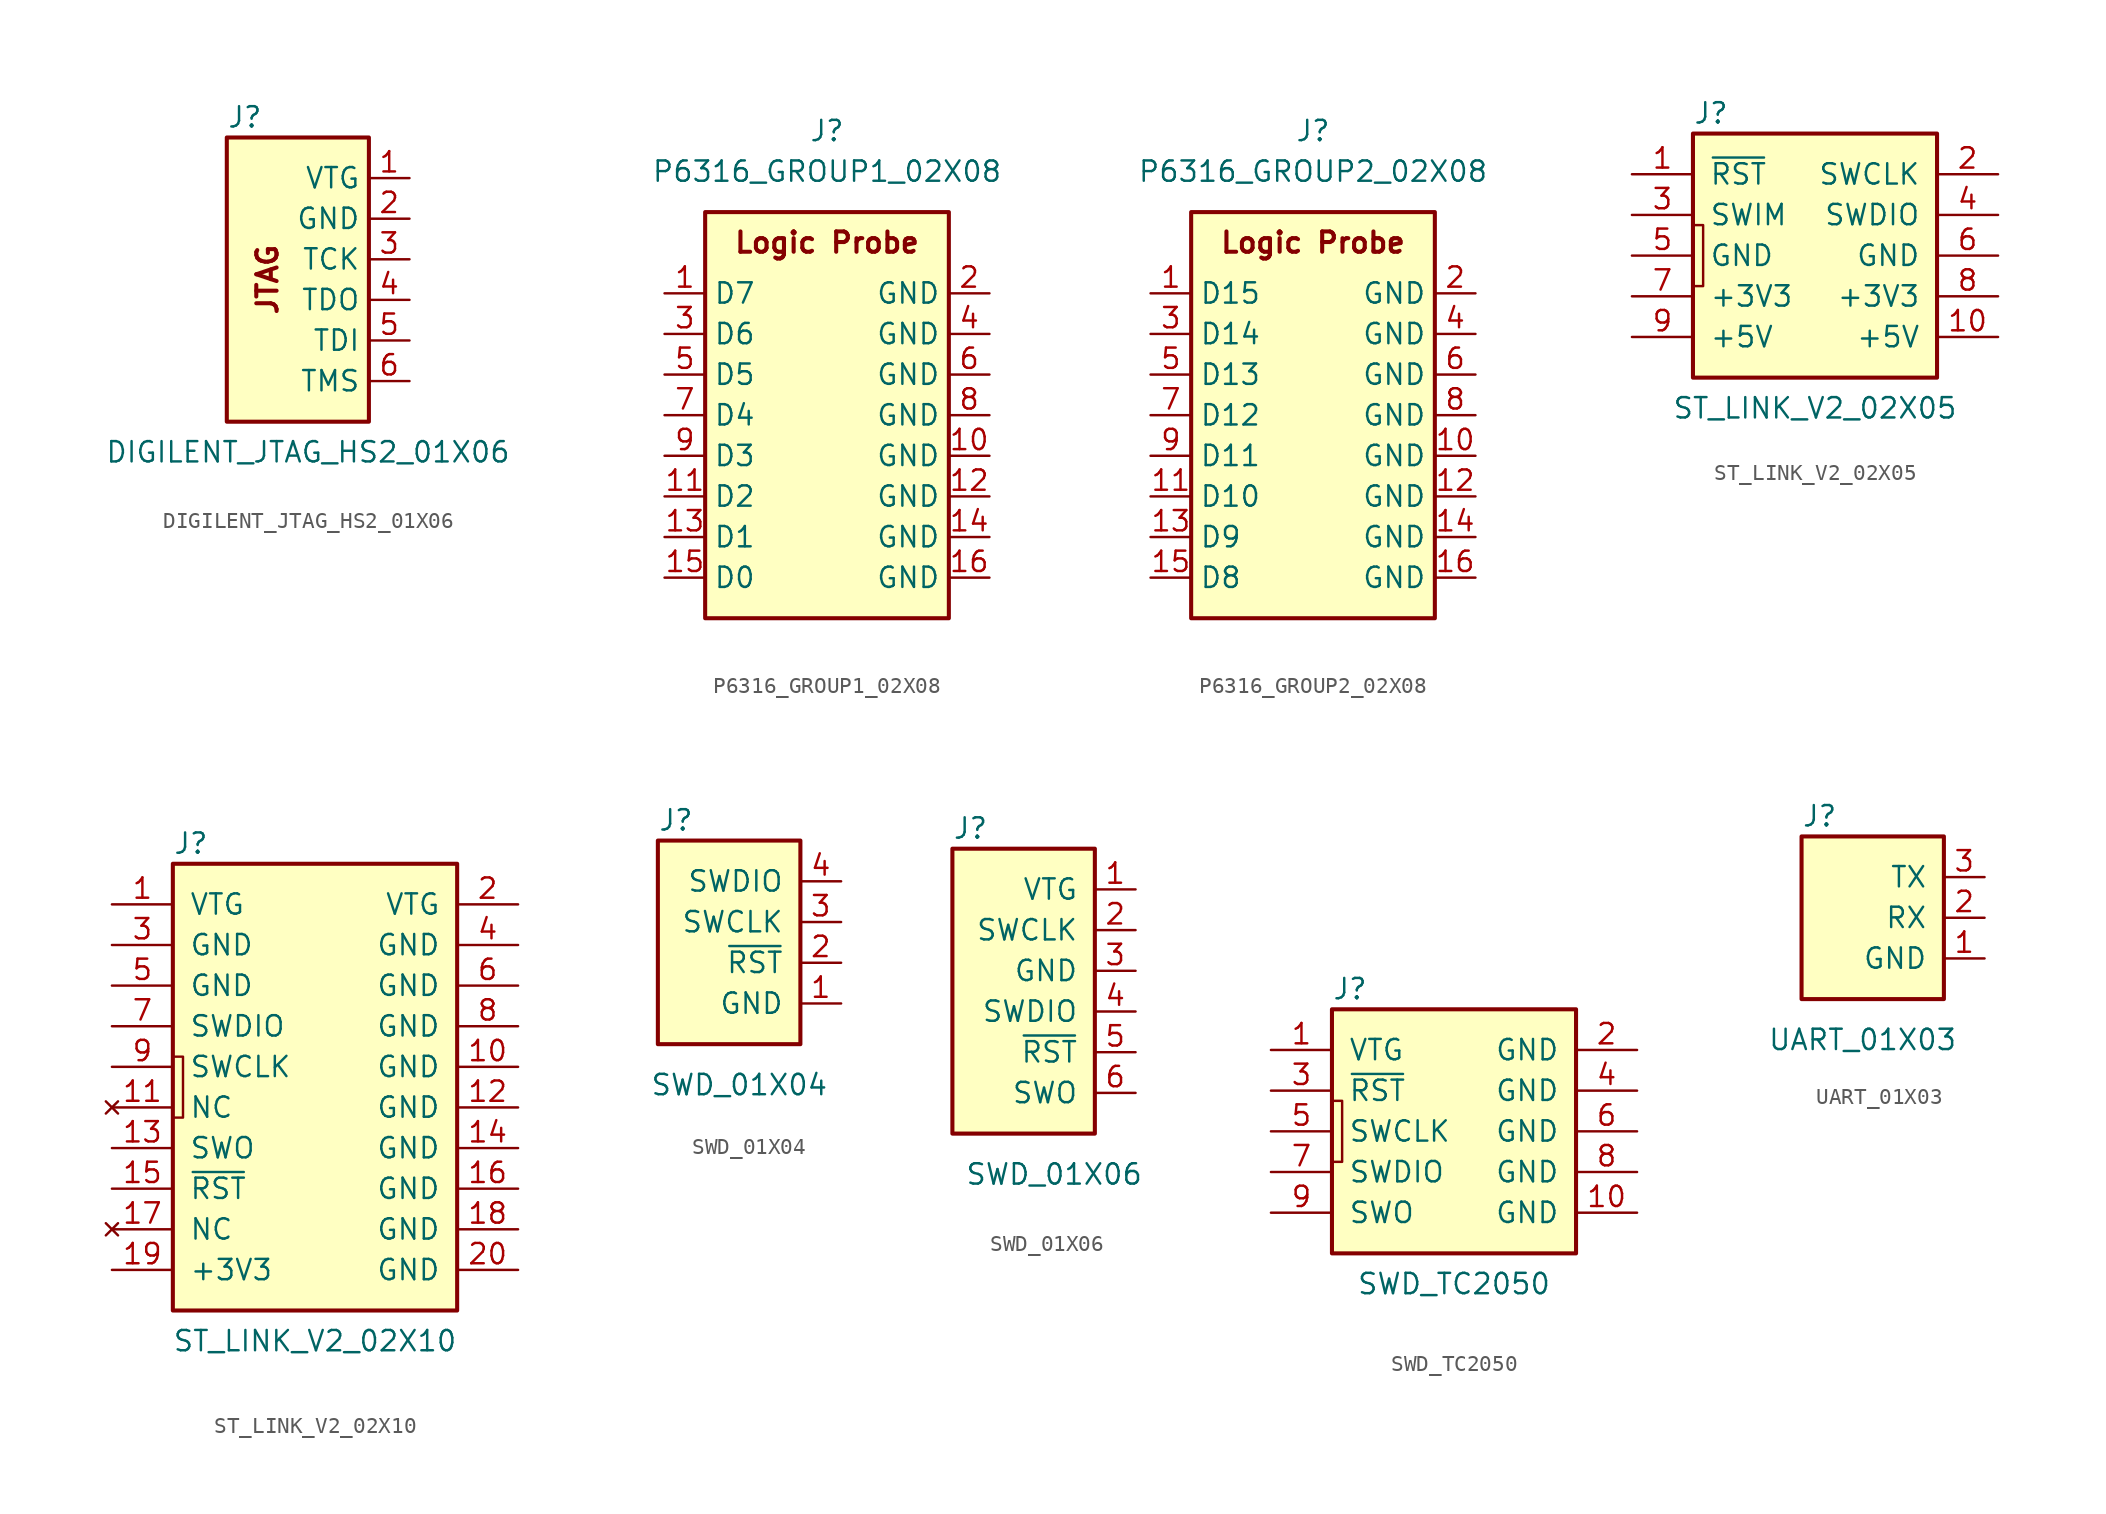
<source format=kicad_sym>
(kicad_symbol_lib
  (version 20201005)
  (generator kicad_symbol_editor)
  (symbol "KLIB_Connector_Prog:DIGILENT_JTAG_HS2_01X06"
    (property "Reference" "J"
      (at -6.35 8.89 0)
      (effects (font (size 1.27 1.27)) (justify left)))
    (property "Value" "DIGILENT_JTAG_HS2_01X06"
      (at -1.27 -12.065 0)
      (effects (font (size 1.27 1.27))))
    (symbol "DIGILENT_JTAG_HS2_01X06_0_0"
      (text "JTAG" (at -3.81 -1.27 900) (effects (font (size 1.27 1.27) bold))))
    (symbol "DIGILENT_JTAG_HS2_01X06_0_1"
      (rectangle (start 2.54 -10.16) (end -6.35 7.62) (stroke (width 0.254)) (fill (type background))))
    (symbol "DIGILENT_JTAG_HS2_01X06_1_1"
      (pin power_in line (at 5.08 5.08 180) (length 2.54) (name "VTG" (effects (font (size 1.27 1.27)))) (number "1" (effects (font (size 1.27 1.27)))))
      (pin power_in line (at 5.08 2.54 180) (length 2.54) (name "GND" (effects (font (size 1.27 1.27)))) (number "2" (effects (font (size 1.27 1.27)))))
      (pin output line (at 5.08 0 180) (length 2.54) (name "TCK" (effects (font (size 1.27 1.27)))) (number "3" (effects (font (size 1.27 1.27)))))
      (pin input line (at 5.08 -2.54 180) (length 2.54) (name "TDO" (effects (font (size 1.27 1.27)))) (number "4" (effects (font (size 1.27 1.27)))))
      (pin output line (at 5.08 -5.08 180) (length 2.54) (name "TDI" (effects (font (size 1.27 1.27)))) (number "5" (effects (font (size 1.27 1.27)))))
      (pin output line (at 5.08 -7.62 180) (length 2.54) (name "TMS" (effects (font (size 1.27 1.27)))) (number "6" (effects (font (size 1.27 1.27)))))))
  (symbol "KLIB_Connector_Prog:P6316_GROUP1_02X08"
    (property "Reference" "J"
      (at 0 17.78 0)
      (effects (font (size 1.27 1.27))))
    (property "Value" "P6316_GROUP1_02X08"
      (at 0 15.24 0)
      (effects (font (size 1.27 1.27))))
    (symbol "P6316_GROUP1_02X08_0_0"
      (text "Logic Probe" (at 0 10.795 0) (effects (font (size 1.27 1.27) bold))))
    (symbol "P6316_GROUP1_02X08_0_1"
      (rectangle (start -7.62 12.7) (end 7.62 -12.7) (stroke (width 0.254)) (fill (type background))))
    (symbol "P6316_GROUP1_02X08_1_1"
      (pin input line (at -10.16 7.62 0) (length 2.54) (name "D7" (effects (font (size 1.27 1.27)))) (number "1" (effects (font (size 1.27 1.27)))))
      (pin power_in line (at 10.16 -2.54 180) (length 2.54) (name "GND" (effects (font (size 1.27 1.27)))) (number "10" (effects (font (size 1.27 1.27)))))
      (pin input line (at -10.16 -5.08 0) (length 2.54) (name "D2" (effects (font (size 1.27 1.27)))) (number "11" (effects (font (size 1.27 1.27)))))
      (pin power_in line (at 10.16 -5.08 180) (length 2.54) (name "GND" (effects (font (size 1.27 1.27)))) (number "12" (effects (font (size 1.27 1.27)))))
      (pin input line (at -10.16 -7.62 0) (length 2.54) (name "D1" (effects (font (size 1.27 1.27)))) (number "13" (effects (font (size 1.27 1.27)))))
      (pin power_in line (at 10.16 -7.62 180) (length 2.54) (name "GND" (effects (font (size 1.27 1.27)))) (number "14" (effects (font (size 1.27 1.27)))))
      (pin input line (at -10.16 -10.16 0) (length 2.54) (name "D0" (effects (font (size 1.27 1.27)))) (number "15" (effects (font (size 1.27 1.27)))))
      (pin power_in line (at 10.16 -10.16 180) (length 2.54) (name "GND" (effects (font (size 1.27 1.27)))) (number "16" (effects (font (size 1.27 1.27)))))
      (pin power_in line (at 10.16 7.62 180) (length 2.54) (name "GND" (effects (font (size 1.27 1.27)))) (number "2" (effects (font (size 1.27 1.27)))))
      (pin input line (at -10.16 5.08 0) (length 2.54) (name "D6" (effects (font (size 1.27 1.27)))) (number "3" (effects (font (size 1.27 1.27)))))
      (pin power_in line (at 10.16 5.08 180) (length 2.54) (name "GND" (effects (font (size 1.27 1.27)))) (number "4" (effects (font (size 1.27 1.27)))))
      (pin input line (at -10.16 2.54 0) (length 2.54) (name "D5" (effects (font (size 1.27 1.27)))) (number "5" (effects (font (size 1.27 1.27)))))
      (pin power_in line (at 10.16 2.54 180) (length 2.54) (name "GND" (effects (font (size 1.27 1.27)))) (number "6" (effects (font (size 1.27 1.27)))))
      (pin input line (at -10.16 0 0) (length 2.54) (name "D4" (effects (font (size 1.27 1.27)))) (number "7" (effects (font (size 1.27 1.27)))))
      (pin power_in line (at 10.16 0 180) (length 2.54) (name "GND" (effects (font (size 1.27 1.27)))) (number "8" (effects (font (size 1.27 1.27)))))
      (pin input line (at -10.16 -2.54 0) (length 2.54) (name "D3" (effects (font (size 1.27 1.27)))) (number "9" (effects (font (size 1.27 1.27)))))))
  (symbol "KLIB_Connector_Prog:P6316_GROUP2_02X08"
    (property "Reference" "J"
      (at 0 17.78 0)
      (effects (font (size 1.27 1.27))))
    (property "Value" "P6316_GROUP2_02X08"
      (at 0 15.24 0)
      (effects (font (size 1.27 1.27))))
    (symbol "P6316_GROUP2_02X08_0_0"
      (text "Logic Probe" (at 0 10.795 0) (effects (font (size 1.27 1.27) bold))))
    (symbol "P6316_GROUP2_02X08_0_1"
      (rectangle (start -7.62 12.7) (end 7.62 -12.7) (stroke (width 0.254)) (fill (type background))))
    (symbol "P6316_GROUP2_02X08_1_1"
      (pin input line (at -10.16 7.62 0) (length 2.54) (name "D15" (effects (font (size 1.27 1.27)))) (number "1" (effects (font (size 1.27 1.27)))))
      (pin power_in line (at 10.16 -2.54 180) (length 2.54) (name "GND" (effects (font (size 1.27 1.27)))) (number "10" (effects (font (size 1.27 1.27)))))
      (pin input line (at -10.16 -5.08 0) (length 2.54) (name "D10" (effects (font (size 1.27 1.27)))) (number "11" (effects (font (size 1.27 1.27)))))
      (pin power_in line (at 10.16 -5.08 180) (length 2.54) (name "GND" (effects (font (size 1.27 1.27)))) (number "12" (effects (font (size 1.27 1.27)))))
      (pin input line (at -10.16 -7.62 0) (length 2.54) (name "D9" (effects (font (size 1.27 1.27)))) (number "13" (effects (font (size 1.27 1.27)))))
      (pin power_in line (at 10.16 -7.62 180) (length 2.54) (name "GND" (effects (font (size 1.27 1.27)))) (number "14" (effects (font (size 1.27 1.27)))))
      (pin input line (at -10.16 -10.16 0) (length 2.54) (name "D8" (effects (font (size 1.27 1.27)))) (number "15" (effects (font (size 1.27 1.27)))))
      (pin power_in line (at 10.16 -10.16 180) (length 2.54) (name "GND" (effects (font (size 1.27 1.27)))) (number "16" (effects (font (size 1.27 1.27)))))
      (pin power_in line (at 10.16 7.62 180) (length 2.54) (name "GND" (effects (font (size 1.27 1.27)))) (number "2" (effects (font (size 1.27 1.27)))))
      (pin input line (at -10.16 5.08 0) (length 2.54) (name "D14" (effects (font (size 1.27 1.27)))) (number "3" (effects (font (size 1.27 1.27)))))
      (pin power_in line (at 10.16 5.08 180) (length 2.54) (name "GND" (effects (font (size 1.27 1.27)))) (number "4" (effects (font (size 1.27 1.27)))))
      (pin input line (at -10.16 2.54 0) (length 2.54) (name "D13" (effects (font (size 1.27 1.27)))) (number "5" (effects (font (size 1.27 1.27)))))
      (pin power_in line (at 10.16 2.54 180) (length 2.54) (name "GND" (effects (font (size 1.27 1.27)))) (number "6" (effects (font (size 1.27 1.27)))))
      (pin input line (at -10.16 0 0) (length 2.54) (name "D12" (effects (font (size 1.27 1.27)))) (number "7" (effects (font (size 1.27 1.27)))))
      (pin power_in line (at 10.16 0 180) (length 2.54) (name "GND" (effects (font (size 1.27 1.27)))) (number "8" (effects (font (size 1.27 1.27)))))
      (pin input line (at -10.16 -2.54 0) (length 2.54) (name "D11" (effects (font (size 1.27 1.27)))) (number "9" (effects (font (size 1.27 1.27)))))))
  (symbol "KLIB_Connector_Prog:ST_LINK_V2_02X05"
    (pin_names
      (offset 1.016))
    (property "Reference" "J"
      (at -7.62 8.89 0)
      (effects (font (size 1.27 1.27)) (justify left)))
    (property "Value" "ST_LINK_V2_02X05"
      (at 0 -9.525 0)
      (effects (font (size 1.27 1.27))))
    (symbol "ST_LINK_V2_02X05_0_1"
      (rectangle (start 7.62 7.62) (end -7.62 -7.62) (stroke (width 0.254)) (fill (type background)))
      (polyline (pts (xy -7.62 -1.905) (xy -6.985 -1.905) (xy -6.985 1.905) (xy -7.62 1.905)) (stroke (width 0)) (fill (type none))))
    (symbol "ST_LINK_V2_02X05_1_1"
      (pin output line (at -11.43 5.08 0) (length 3.81) (name "~RST" (effects (font (size 1.27 1.27)))) (number "1" (effects (font (size 1.27 1.27)))))
      (pin power_out line (at 11.43 -5.08 180) (length 3.81) (name "+5V" (effects (font (size 1.27 1.27)))) (number "10" (effects (font (size 1.27 1.27)))))
      (pin output line (at 11.43 5.08 180) (length 3.81) (name "SWCLK" (effects (font (size 1.27 1.27)))) (number "2" (effects (font (size 1.27 1.27)))))
      (pin bidirectional line (at -11.43 2.54 0) (length 3.81) (name "SWIM" (effects (font (size 1.27 1.27)))) (number "3" (effects (font (size 1.27 1.27)))))
      (pin bidirectional line (at 11.43 2.54 180) (length 3.81) (name "SWDIO" (effects (font (size 1.27 1.27)))) (number "4" (effects (font (size 1.27 1.27)))))
      (pin power_in line (at -11.43 0 0) (length 3.81) (name "GND" (effects (font (size 1.27 1.27)))) (number "5" (effects (font (size 1.27 1.27)))))
      (pin power_in line (at 11.43 0 180) (length 3.81) (name "GND" (effects (font (size 1.27 1.27)))) (number "6" (effects (font (size 1.27 1.27)))))
      (pin power_out line (at -11.43 -2.54 0) (length 3.81) (name "+3V3" (effects (font (size 1.27 1.27)))) (number "7" (effects (font (size 1.27 1.27)))))
      (pin power_out line (at 11.43 -2.54 180) (length 3.81) (name "+3V3" (effects (font (size 1.27 1.27)))) (number "8" (effects (font (size 1.27 1.27)))))
      (pin power_out line (at -11.43 -5.08 0) (length 3.81) (name "+5V" (effects (font (size 1.27 1.27)))) (number "9" (effects (font (size 1.27 1.27)))))))
  (symbol "KLIB_Connector_Prog:ST_LINK_V2_02X10"
    (pin_names
      (offset 1.016))
    (property "Reference" "J"
      (at -8.89 13.97 0)
      (effects (font (size 1.27 1.27)) (justify left)))
    (property "Value" "ST_LINK_V2_02X10"
      (at 0 -17.145 0)
      (effects (font (size 1.27 1.27))))
    (symbol "ST_LINK_V2_02X10_0_1"
      (rectangle (start -8.89 12.7) (end 8.89 -15.24) (stroke (width 0.254)) (fill (type background)))
      (polyline (pts (xy -8.89 -3.175) (xy -8.255 -3.175) (xy -8.255 0.635) (xy -8.89 0.635)) (stroke (width 0)) (fill (type none))))
    (symbol "ST_LINK_V2_02X10_1_1"
      (pin power_in line (at -12.7 10.16 0) (length 3.81) (name "VTG" (effects (font (size 1.27 1.27)))) (number "1" (effects (font (size 1.27 1.27)))))
      (pin power_in line (at 12.7 0 180) (length 3.81) (name "GND" (effects (font (size 1.27 1.27)))) (number "10" (effects (font (size 1.27 1.27)))))
      (pin unconnected line (at -12.7 -2.54 0) (length 3.81) (name "NC" (effects (font (size 1.27 1.27)))) (number "11" (effects (font (size 1.27 1.27)))))
      (pin power_in line (at 12.7 -2.54 180) (length 3.81) (name "GND" (effects (font (size 1.27 1.27)))) (number "12" (effects (font (size 1.27 1.27)))))
      (pin input line (at -12.7 -5.08 0) (length 3.81) (name "SWO" (effects (font (size 1.27 1.27)))) (number "13" (effects (font (size 1.27 1.27)))))
      (pin power_in line (at 12.7 -5.08 180) (length 3.81) (name "GND" (effects (font (size 1.27 1.27)))) (number "14" (effects (font (size 1.27 1.27)))))
      (pin output line (at -12.7 -7.62 0) (length 3.81) (name "~RST" (effects (font (size 1.27 1.27)))) (number "15" (effects (font (size 1.27 1.27)))))
      (pin power_in line (at 12.7 -7.62 180) (length 3.81) (name "GND" (effects (font (size 1.27 1.27)))) (number "16" (effects (font (size 1.27 1.27)))))
      (pin unconnected line (at -12.7 -10.16 0) (length 3.81) (name "NC" (effects (font (size 1.27 1.27)))) (number "17" (effects (font (size 1.27 1.27)))))
      (pin power_in line (at 12.7 -10.16 180) (length 3.81) (name "GND" (effects (font (size 1.27 1.27)))) (number "18" (effects (font (size 1.27 1.27)))))
      (pin power_out line (at -12.7 -12.7 0) (length 3.81) (name "+3V3" (effects (font (size 1.27 1.27)))) (number "19" (effects (font (size 1.27 1.27)))))
      (pin power_in line (at 12.7 10.16 180) (length 3.81) (name "VTG" (effects (font (size 1.27 1.27)))) (number "2" (effects (font (size 1.27 1.27)))))
      (pin power_in line (at 12.7 -12.7 180) (length 3.81) (name "GND" (effects (font (size 1.27 1.27)))) (number "20" (effects (font (size 1.27 1.27)))))
      (pin power_in line (at -12.7 7.62 0) (length 3.81) (name "GND" (effects (font (size 1.27 1.27)))) (number "3" (effects (font (size 1.27 1.27)))))
      (pin power_in line (at 12.7 7.62 180) (length 3.81) (name "GND" (effects (font (size 1.27 1.27)))) (number "4" (effects (font (size 1.27 1.27)))))
      (pin power_in line (at -12.7 5.08 0) (length 3.81) (name "GND" (effects (font (size 1.27 1.27)))) (number "5" (effects (font (size 1.27 1.27)))))
      (pin power_in line (at 12.7 5.08 180) (length 3.81) (name "GND" (effects (font (size 1.27 1.27)))) (number "6" (effects (font (size 1.27 1.27)))))
      (pin bidirectional line (at -12.7 2.54 0) (length 3.81) (name "SWDIO" (effects (font (size 1.27 1.27)))) (number "7" (effects (font (size 1.27 1.27)))))
      (pin power_in line (at 12.7 2.54 180) (length 3.81) (name "GND" (effects (font (size 1.27 1.27)))) (number "8" (effects (font (size 1.27 1.27)))))
      (pin output line (at -12.7 0 0) (length 3.81) (name "SWCLK" (effects (font (size 1.27 1.27)))) (number "9" (effects (font (size 1.27 1.27)))))))
  (symbol "KLIB_Connector_Prog:SWD_01X04"
    (pin_names
      (offset 1.016))
    (property "Reference" "J"
      (at -6.35 8.89 0)
      (effects (font (size 1.27 1.27)) (justify left)))
    (property "Value" "SWD_01X04"
      (at -1.27 -7.62 0)
      (effects (font (size 1.27 1.27))))
    (symbol "SWD_01X04_0_1"
      (rectangle (start 2.54 -5.08) (end -6.35 7.62) (stroke (width 0.254)) (fill (type background))))
    (symbol "SWD_01X04_1_1"
      (pin power_in line (at 5.08 -2.54 180) (length 2.54) (name "GND" (effects (font (size 1.27 1.27)))) (number "1" (effects (font (size 1.27 1.27)))))
      (pin input line (at 5.08 0 180) (length 2.54) (name "~RST" (effects (font (size 1.27 1.27)))) (number "2" (effects (font (size 1.27 1.27)))))
      (pin input line (at 5.08 2.54 180) (length 2.54) (name "SWCLK" (effects (font (size 1.27 1.27)))) (number "3" (effects (font (size 1.27 1.27)))))
      (pin bidirectional line (at 5.08 5.08 180) (length 2.54) (name "SWDIO" (effects (font (size 1.27 1.27)))) (number "4" (effects (font (size 1.27 1.27)))))))
  (symbol "KLIB_Connector_Prog:SWD_01X06"
    (pin_names
      (offset 1.016))
    (property "Reference" "J"
      (at -6.35 8.89 0)
      (effects (font (size 1.27 1.27)) (justify left)))
    (property "Value" "SWD_01X06"
      (at 0 -12.7 0)
      (effects (font (size 1.27 1.27))))
    (symbol "SWD_01X06_0_1"
      (rectangle (start -6.35 7.62) (end 2.54 -10.16) (stroke (width 0.254)) (fill (type background))))
    (symbol "SWD_01X06_1_1"
      (pin power_in line (at 5.08 5.08 180) (length 2.54) (name "VTG" (effects (font (size 1.27 1.27)))) (number "1" (effects (font (size 1.27 1.27)))))
      (pin output line (at 5.08 2.54 180) (length 2.54) (name "SWCLK" (effects (font (size 1.27 1.27)))) (number "2" (effects (font (size 1.27 1.27)))))
      (pin power_in line (at 5.08 0 180) (length 2.54) (name "GND" (effects (font (size 1.27 1.27)))) (number "3" (effects (font (size 1.27 1.27)))))
      (pin bidirectional line (at 5.08 -2.54 180) (length 2.54) (name "SWDIO" (effects (font (size 1.27 1.27)))) (number "4" (effects (font (size 1.27 1.27)))))
      (pin output line (at 5.08 -5.08 180) (length 2.54) (name "~RST" (effects (font (size 1.27 1.27)))) (number "5" (effects (font (size 1.27 1.27)))))
      (pin input line (at 5.08 -7.62 180) (length 2.54) (name "SWO" (effects (font (size 1.27 1.27)))) (number "6" (effects (font (size 1.27 1.27)))))))
  (symbol "KLIB_Connector_Prog:SWD_TC2050"
    (pin_names
      (offset 1.016))
    (property "Reference" "J"
      (at -7.62 8.89 0)
      (effects (font (size 1.27 1.27)) (justify left)))
    (property "Value" "SWD_TC2050"
      (at 0 -9.525 0)
      (effects (font (size 1.27 1.27))))
    (symbol "SWD_TC2050_0_0"
      (text "" (at 6.35 19.05 0) (effects (font (size 1.27 1.27)))))
    (symbol "SWD_TC2050_0_1"
      (rectangle (start 7.62 7.62) (end -7.62 -7.62) (stroke (width 0.254)) (fill (type background)))
      (polyline (pts (xy -7.62 -1.905) (xy -6.985 -1.905) (xy -6.985 1.905) (xy -7.62 1.905)) (stroke (width 0)) (fill (type none))))
    (symbol "SWD_TC2050_1_1"
      (pin output line (at -11.43 2.54 0) (length 3.81) (name "~RST" (effects (font (size 1.27 1.27)))) (number "3" (effects (font (size 1.27 1.27)))))
      (pin output line (at -11.43 0 0) (length 3.81) (name "SWCLK" (effects (font (size 1.27 1.27)))) (number "5" (effects (font (size 1.27 1.27)))))
      (pin bidirectional line (at -11.43 -2.54 0) (length 3.81) (name "SWDIO" (effects (font (size 1.27 1.27)))) (number "7" (effects (font (size 1.27 1.27)))))
      (pin power_in line (at 11.43 5.08 180) (length 3.81) (name "GND" (effects (font (size 1.27 1.27)))) (number "2" (effects (font (size 1.27 1.27)))))
      (pin power_in line (at 11.43 2.54 180) (length 3.81) (name "GND" (effects (font (size 1.27 1.27)))) (number "4" (effects (font (size 1.27 1.27)))))
      (pin output line (at -11.43 -5.08 0) (length 3.81) (name "SWO" (effects (font (size 1.27 1.27)))) (number "9" (effects (font (size 1.27 1.27)))))
      (pin power_in line (at -11.43 5.08 0) (length 3.81) (name "VTG" (effects (font (size 1.27 1.27)))) (number "1" (effects (font (size 1.27 1.27)))))
      (pin power_in line (at 11.43 0 180) (length 3.81) (name "GND" (effects (font (size 1.27 1.27)))) (number "6" (effects (font (size 1.27 1.27)))))
      (pin power_in line (at 11.43 -2.54 180) (length 3.81) (name "GND" (effects (font (size 1.27 1.27)))) (number "8" (effects (font (size 1.27 1.27)))))
      (pin power_in line (at 11.43 -5.08 180) (length 3.81) (name "GND" (effects (font (size 1.27 1.27)))) (number "10" (effects (font (size 1.27 1.27)))))))
  (symbol "KLIB_Connector_Prog:UART_01X03"
    (pin_names
      (offset 1.016))
    (property "Reference" "J"
      (at -3.81 6.35 0)
      (effects (font (size 1.27 1.27)) (justify left)))
    (property "Value" "UART_01X03"
      (at 0 -7.62 0)
      (effects (font (size 1.27 1.27))))
    (symbol "UART_01X03_0_1"
      (rectangle (start 5.08 -5.08) (end -3.81 5.08) (stroke (width 0.254)) (fill (type background))))
    (symbol "UART_01X03_1_1"
      (pin passive line (at 7.62 -2.54 180) (length 2.54) (name "GND" (effects (font (size 1.27 1.27)))) (number "1" (effects (font (size 1.27 1.27)))))
      (pin passive line (at 7.62 0 180) (length 2.54) (name "RX" (effects (font (size 1.27 1.27)))) (number "2" (effects (font (size 1.27 1.27)))))
      (pin passive line (at 7.62 2.54 180) (length 2.54) (name "TX" (effects (font (size 1.27 1.27)))) (number "3" (effects (font (size 1.27 1.27))))))))
</source>
